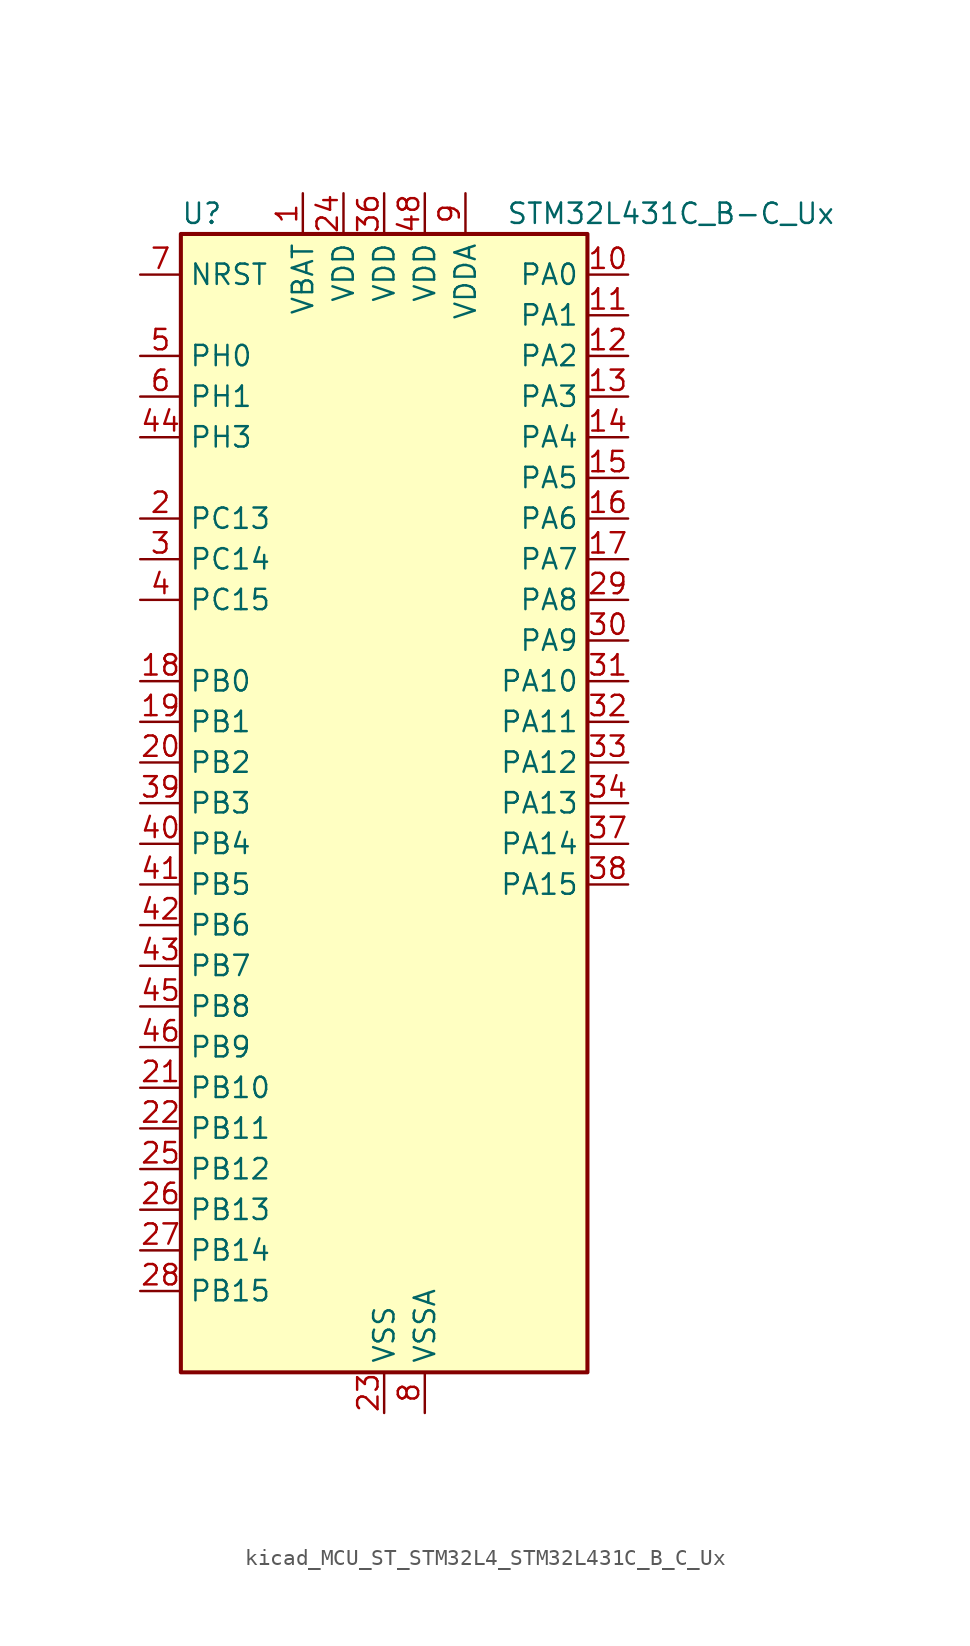
<source format=kicad_sym>
(kicad_symbol_lib
  (version 20220914)
  (generator kicad_symbol_editor)
  (symbol "kicad_MCU_ST_STM32L4_STM32L431C_B_C_Ux"
    (property "Reference" "U"
      (at -12.7 36.83 0)
      (effects (font (size 1.27 1.27)) (justify left)))
    (property "Value" "STM32L431C_B-C_Ux"
      (at 7.62 36.83 0)
      (effects (font (size 1.27 1.27)) (justify left)))
    (property "ki_locked" ""
      (at 0 0 0)
      (effects (font (size 1.27 1.27))))
    (symbol "kicad_MCU_ST_STM32L4_STM32L431C_B_C_Ux_0_1"
      (rectangle (start -12.7 -35.56) (end 12.7 35.56) (stroke (width 0.254) (type default)) (fill (type background))))
    (symbol "kicad_MCU_ST_STM32L4_STM32L431C_B_C_Ux_1_1"
      (pin power_in line (at -5.08 38.1 270) (length 2.54) (name "VBAT" (effects (font (size 1.27 1.27)))) (number "1" (effects (font (size 1.27 1.27)))))
      (pin bidirectional line (at 15.24 33.02 180) (length 2.54) (name "PA0" (effects (font (size 1.27 1.27)))) (number "10" (effects (font (size 1.27 1.27)))) (alternate "ADC1_IN5" bidirectional line) (alternate "COMP1_INM" bidirectional line) (alternate "COMP1_OUT" bidirectional line) (alternate "OPAMP1_VINP" bidirectional line) (alternate "RTC_TAMP2" bidirectional line) (alternate "SAI1_EXTCLK" bidirectional line) (alternate "SYS_WKUP1" bidirectional line) (alternate "TIM2_CH1" bidirectional line) (alternate "TIM2_ETR" bidirectional line) (alternate "USART2_CTS" bidirectional line))
      (pin bidirectional line (at 15.24 30.48 180) (length 2.54) (name "PA1" (effects (font (size 1.27 1.27)))) (number "11" (effects (font (size 1.27 1.27)))) (alternate "ADC1_IN6" bidirectional line) (alternate "COMP1_INP" bidirectional line) (alternate "I2C1_SMBA" bidirectional line) (alternate "OPAMP1_VINM" bidirectional line) (alternate "SPI1_SCK" bidirectional line) (alternate "TIM15_CH1N" bidirectional line) (alternate "TIM2_CH2" bidirectional line) (alternate "USART2_DE" bidirectional line) (alternate "USART2_RTS" bidirectional line))
      (pin bidirectional line (at 15.24 27.94 180) (length 2.54) (name "PA2" (effects (font (size 1.27 1.27)))) (number "12" (effects (font (size 1.27 1.27)))) (alternate "ADC1_IN7" bidirectional line) (alternate "COMP2_INM" bidirectional line) (alternate "COMP2_OUT" bidirectional line) (alternate "LPUART1_TX" bidirectional line) (alternate "QUADSPI_BK1_NCS" bidirectional line) (alternate "RCC_LSCO" bidirectional line) (alternate "SYS_WKUP4" bidirectional line) (alternate "TIM15_CH1" bidirectional line) (alternate "TIM2_CH3" bidirectional line) (alternate "USART2_TX" bidirectional line))
      (pin bidirectional line (at 15.24 25.4 180) (length 2.54) (name "PA3" (effects (font (size 1.27 1.27)))) (number "13" (effects (font (size 1.27 1.27)))) (alternate "ADC1_IN8" bidirectional line) (alternate "COMP2_INP" bidirectional line) (alternate "LPUART1_RX" bidirectional line) (alternate "OPAMP1_VOUT" bidirectional line) (alternate "QUADSPI_CLK" bidirectional line) (alternate "SAI1_MCLK_A" bidirectional line) (alternate "TIM15_CH2" bidirectional line) (alternate "TIM2_CH4" bidirectional line) (alternate "USART2_RX" bidirectional line))
      (pin bidirectional line (at 15.24 22.86 180) (length 2.54) (name "PA4" (effects (font (size 1.27 1.27)))) (number "14" (effects (font (size 1.27 1.27)))) (alternate "ADC1_IN9" bidirectional line) (alternate "COMP1_INM" bidirectional line) (alternate "COMP2_INM" bidirectional line) (alternate "DAC1_OUT1" bidirectional line) (alternate "LPTIM2_OUT" bidirectional line) (alternate "SAI1_FS_B" bidirectional line) (alternate "SPI1_NSS" bidirectional line) (alternate "SPI3_NSS" bidirectional line) (alternate "USART2_CK" bidirectional line))
      (pin bidirectional line (at 15.24 20.32 180) (length 2.54) (name "PA5" (effects (font (size 1.27 1.27)))) (number "15" (effects (font (size 1.27 1.27)))) (alternate "ADC1_IN10" bidirectional line) (alternate "COMP1_INM" bidirectional line) (alternate "COMP2_INM" bidirectional line) (alternate "DAC1_OUT2" bidirectional line) (alternate "LPTIM2_ETR" bidirectional line) (alternate "SPI1_SCK" bidirectional line) (alternate "TIM2_CH1" bidirectional line) (alternate "TIM2_ETR" bidirectional line))
      (pin bidirectional line (at 15.24 17.78 180) (length 2.54) (name "PA6" (effects (font (size 1.27 1.27)))) (number "16" (effects (font (size 1.27 1.27)))) (alternate "ADC1_IN11" bidirectional line) (alternate "COMP1_OUT" bidirectional line) (alternate "LPUART1_CTS" bidirectional line) (alternate "QUADSPI_BK1_IO3" bidirectional line) (alternate "SPI1_MISO" bidirectional line) (alternate "TIM16_CH1" bidirectional line) (alternate "TIM1_BKIN" bidirectional line) (alternate "TIM1_BKIN_COMP2" bidirectional line) (alternate "USART3_CTS" bidirectional line))
      (pin bidirectional line (at 15.24 15.24 180) (length 2.54) (name "PA7" (effects (font (size 1.27 1.27)))) (number "17" (effects (font (size 1.27 1.27)))) (alternate "ADC1_IN12" bidirectional line) (alternate "COMP2_OUT" bidirectional line) (alternate "I2C3_SCL" bidirectional line) (alternate "QUADSPI_BK1_IO2" bidirectional line) (alternate "SPI1_MOSI" bidirectional line) (alternate "TIM1_CH1N" bidirectional line))
      (pin bidirectional line (at -15.24 7.62 0) (length 2.54) (name "PB0" (effects (font (size 1.27 1.27)))) (number "18" (effects (font (size 1.27 1.27)))) (alternate "ADC1_IN15" bidirectional line) (alternate "COMP1_OUT" bidirectional line) (alternate "QUADSPI_BK1_IO1" bidirectional line) (alternate "SAI1_EXTCLK" bidirectional line) (alternate "SPI1_NSS" bidirectional line) (alternate "TIM1_CH2N" bidirectional line) (alternate "USART3_CK" bidirectional line))
      (pin bidirectional line (at -15.24 5.08 0) (length 2.54) (name "PB1" (effects (font (size 1.27 1.27)))) (number "19" (effects (font (size 1.27 1.27)))) (alternate "ADC1_IN16" bidirectional line) (alternate "COMP1_INM" bidirectional line) (alternate "LPTIM2_IN1" bidirectional line) (alternate "LPUART1_DE" bidirectional line) (alternate "LPUART1_RTS" bidirectional line) (alternate "QUADSPI_BK1_IO0" bidirectional line) (alternate "TIM1_CH3N" bidirectional line) (alternate "USART3_DE" bidirectional line) (alternate "USART3_RTS" bidirectional line))
      (pin bidirectional line (at -15.24 17.78 0) (length 2.54) (name "PC13" (effects (font (size 1.27 1.27)))) (number "2" (effects (font (size 1.27 1.27)))) (alternate "RTC_OUT_ALARM" bidirectional line) (alternate "RTC_OUT_CALIB" bidirectional line) (alternate "RTC_TAMP1" bidirectional line) (alternate "RTC_TS" bidirectional line) (alternate "SYS_WKUP2" bidirectional line))
      (pin bidirectional line (at -15.24 2.54 0) (length 2.54) (name "PB2" (effects (font (size 1.27 1.27)))) (number "20" (effects (font (size 1.27 1.27)))) (alternate "COMP1_INP" bidirectional line) (alternate "I2C3_SMBA" bidirectional line) (alternate "LPTIM1_OUT" bidirectional line) (alternate "RTC_OUT_ALARM" bidirectional line) (alternate "RTC_OUT_CALIB" bidirectional line))
      (pin bidirectional line (at -15.24 -17.78 0) (length 2.54) (name "PB10" (effects (font (size 1.27 1.27)))) (number "21" (effects (font (size 1.27 1.27)))) (alternate "COMP1_OUT" bidirectional line) (alternate "I2C2_SCL" bidirectional line) (alternate "LPUART1_RX" bidirectional line) (alternate "QUADSPI_CLK" bidirectional line) (alternate "SAI1_SCK_A" bidirectional line) (alternate "SPI2_SCK" bidirectional line) (alternate "TIM2_CH3" bidirectional line) (alternate "TSC_SYNC" bidirectional line) (alternate "USART3_TX" bidirectional line))
      (pin bidirectional line (at -15.24 -20.32 0) (length 2.54) (name "PB11" (effects (font (size 1.27 1.27)))) (number "22" (effects (font (size 1.27 1.27)))) (alternate "ADC1_EXTI11" bidirectional line) (alternate "COMP2_OUT" bidirectional line) (alternate "I2C2_SDA" bidirectional line) (alternate "LPUART1_TX" bidirectional line) (alternate "QUADSPI_BK1_NCS" bidirectional line) (alternate "TIM2_CH4" bidirectional line) (alternate "USART3_RX" bidirectional line))
      (pin power_in line (at 0 -38.1 90) (length 2.54) (name "VSS" (effects (font (size 1.27 1.27)))) (number "23" (effects (font (size 1.27 1.27)))))
      (pin power_in line (at -2.54 38.1 270) (length 2.54) (name "VDD" (effects (font (size 1.27 1.27)))) (number "24" (effects (font (size 1.27 1.27)))))
      (pin bidirectional line (at -15.24 -22.86 0) (length 2.54) (name "PB12" (effects (font (size 1.27 1.27)))) (number "25" (effects (font (size 1.27 1.27)))) (alternate "I2C2_SMBA" bidirectional line) (alternate "LPUART1_DE" bidirectional line) (alternate "LPUART1_RTS" bidirectional line) (alternate "SAI1_FS_A" bidirectional line) (alternate "SPI2_NSS" bidirectional line) (alternate "SWPMI1_IO" bidirectional line) (alternate "TIM15_BKIN" bidirectional line) (alternate "TIM1_BKIN" bidirectional line) (alternate "TIM1_BKIN_COMP2" bidirectional line) (alternate "TSC_G1_IO1" bidirectional line) (alternate "USART3_CK" bidirectional line))
      (pin bidirectional line (at -15.24 -25.4 0) (length 2.54) (name "PB13" (effects (font (size 1.27 1.27)))) (number "26" (effects (font (size 1.27 1.27)))) (alternate "I2C2_SCL" bidirectional line) (alternate "LPUART1_CTS" bidirectional line) (alternate "SAI1_SCK_A" bidirectional line) (alternate "SPI2_SCK" bidirectional line) (alternate "SWPMI1_TX" bidirectional line) (alternate "TIM15_CH1N" bidirectional line) (alternate "TIM1_CH1N" bidirectional line) (alternate "TSC_G1_IO2" bidirectional line) (alternate "USART3_CTS" bidirectional line))
      (pin bidirectional line (at -15.24 -27.94 0) (length 2.54) (name "PB14" (effects (font (size 1.27 1.27)))) (number "27" (effects (font (size 1.27 1.27)))) (alternate "I2C2_SDA" bidirectional line) (alternate "SAI1_MCLK_A" bidirectional line) (alternate "SPI2_MISO" bidirectional line) (alternate "SWPMI1_RX" bidirectional line) (alternate "TIM15_CH1" bidirectional line) (alternate "TIM1_CH2N" bidirectional line) (alternate "TSC_G1_IO3" bidirectional line) (alternate "USART3_DE" bidirectional line) (alternate "USART3_RTS" bidirectional line))
      (pin bidirectional line (at -15.24 -30.48 0) (length 2.54) (name "PB15" (effects (font (size 1.27 1.27)))) (number "28" (effects (font (size 1.27 1.27)))) (alternate "ADC1_EXTI15" bidirectional line) (alternate "RTC_REFIN" bidirectional line) (alternate "SAI1_SD_A" bidirectional line) (alternate "SPI2_MOSI" bidirectional line) (alternate "SWPMI1_SUSPEND" bidirectional line) (alternate "TIM15_CH2" bidirectional line) (alternate "TIM1_CH3N" bidirectional line) (alternate "TSC_G1_IO4" bidirectional line))
      (pin bidirectional line (at 15.24 12.7 180) (length 2.54) (name "PA8" (effects (font (size 1.27 1.27)))) (number "29" (effects (font (size 1.27 1.27)))) (alternate "LPTIM2_OUT" bidirectional line) (alternate "RCC_MCO" bidirectional line) (alternate "SAI1_SCK_A" bidirectional line) (alternate "SWPMI1_IO" bidirectional line) (alternate "TIM1_CH1" bidirectional line) (alternate "USART1_CK" bidirectional line))
      (pin bidirectional line (at -15.24 15.24 0) (length 2.54) (name "PC14" (effects (font (size 1.27 1.27)))) (number "3" (effects (font (size 1.27 1.27)))) (alternate "RCC_OSC32_IN" bidirectional line))
      (pin bidirectional line (at 15.24 10.16 180) (length 2.54) (name "PA9" (effects (font (size 1.27 1.27)))) (number "30" (effects (font (size 1.27 1.27)))) (alternate "DAC1_EXTI9" bidirectional line) (alternate "I2C1_SCL" bidirectional line) (alternate "SAI1_FS_A" bidirectional line) (alternate "TIM15_BKIN" bidirectional line) (alternate "TIM1_CH2" bidirectional line) (alternate "USART1_TX" bidirectional line))
      (pin bidirectional line (at 15.24 7.62 180) (length 2.54) (name "PA10" (effects (font (size 1.27 1.27)))) (number "31" (effects (font (size 1.27 1.27)))) (alternate "I2C1_SDA" bidirectional line) (alternate "SAI1_SD_A" bidirectional line) (alternate "TIM1_CH3" bidirectional line) (alternate "USART1_RX" bidirectional line))
      (pin bidirectional line (at 15.24 5.08 180) (length 2.54) (name "PA11" (effects (font (size 1.27 1.27)))) (number "32" (effects (font (size 1.27 1.27)))) (alternate "ADC1_EXTI11" bidirectional line) (alternate "CAN1_RX" bidirectional line) (alternate "COMP1_OUT" bidirectional line) (alternate "SPI1_MISO" bidirectional line) (alternate "TIM1_BKIN2" bidirectional line) (alternate "TIM1_BKIN2_COMP1" bidirectional line) (alternate "TIM1_CH4" bidirectional line) (alternate "USART1_CTS" bidirectional line))
      (pin bidirectional line (at 15.24 2.54 180) (length 2.54) (name "PA12" (effects (font (size 1.27 1.27)))) (number "33" (effects (font (size 1.27 1.27)))) (alternate "CAN1_TX" bidirectional line) (alternate "SPI1_MOSI" bidirectional line) (alternate "TIM1_ETR" bidirectional line) (alternate "USART1_DE" bidirectional line) (alternate "USART1_RTS" bidirectional line))
      (pin bidirectional line (at 15.24 0 180) (length 2.54) (name "PA13" (effects (font (size 1.27 1.27)))) (number "34" (effects (font (size 1.27 1.27)))) (alternate "IR_OUT" bidirectional line) (alternate "SAI1_SD_B" bidirectional line) (alternate "SWPMI1_TX" bidirectional line) (alternate "SYS_JTMS-SWDIO" bidirectional line))
      (pin passive line (at 0 -38.1 90) (length 2.54) hide (name "VSS" (effects (font (size 1.27 1.27)))) (number "35" (effects (font (size 1.27 1.27)))))
      (pin power_in line (at 0 38.1 270) (length 2.54) (name "VDD" (effects (font (size 1.27 1.27)))) (number "36" (effects (font (size 1.27 1.27)))))
      (pin bidirectional line (at 15.24 -2.54 180) (length 2.54) (name "PA14" (effects (font (size 1.27 1.27)))) (number "37" (effects (font (size 1.27 1.27)))) (alternate "I2C1_SMBA" bidirectional line) (alternate "LPTIM1_OUT" bidirectional line) (alternate "SAI1_FS_B" bidirectional line) (alternate "SWPMI1_RX" bidirectional line) (alternate "SYS_JTCK-SWCLK" bidirectional line))
      (pin bidirectional line (at 15.24 -5.08 180) (length 2.54) (name "PA15" (effects (font (size 1.27 1.27)))) (number "38" (effects (font (size 1.27 1.27)))) (alternate "ADC1_EXTI15" bidirectional line) (alternate "SPI1_NSS" bidirectional line) (alternate "SPI3_NSS" bidirectional line) (alternate "SWPMI1_SUSPEND" bidirectional line) (alternate "SYS_JTDI" bidirectional line) (alternate "TIM2_CH1" bidirectional line) (alternate "TIM2_ETR" bidirectional line) (alternate "USART2_RX" bidirectional line) (alternate "USART3_DE" bidirectional line) (alternate "USART3_RTS" bidirectional line))
      (pin bidirectional line (at -15.24 0 0) (length 2.54) (name "PB3" (effects (font (size 1.27 1.27)))) (number "39" (effects (font (size 1.27 1.27)))) (alternate "COMP2_INM" bidirectional line) (alternate "SAI1_SCK_B" bidirectional line) (alternate "SPI1_SCK" bidirectional line) (alternate "SPI3_SCK" bidirectional line) (alternate "SYS_JTDO-SWO" bidirectional line) (alternate "TIM2_CH2" bidirectional line) (alternate "USART1_DE" bidirectional line) (alternate "USART1_RTS" bidirectional line))
      (pin bidirectional line (at -15.24 12.7 0) (length 2.54) (name "PC15" (effects (font (size 1.27 1.27)))) (number "4" (effects (font (size 1.27 1.27)))) (alternate "ADC1_EXTI15" bidirectional line) (alternate "RCC_OSC32_OUT" bidirectional line))
      (pin bidirectional line (at -15.24 -2.54 0) (length 2.54) (name "PB4" (effects (font (size 1.27 1.27)))) (number "40" (effects (font (size 1.27 1.27)))) (alternate "COMP2_INP" bidirectional line) (alternate "I2C3_SDA" bidirectional line) (alternate "SAI1_MCLK_B" bidirectional line) (alternate "SPI1_MISO" bidirectional line) (alternate "SPI3_MISO" bidirectional line) (alternate "SYS_JTRST" bidirectional line) (alternate "TSC_G2_IO1" bidirectional line) (alternate "USART1_CTS" bidirectional line))
      (pin bidirectional line (at -15.24 -5.08 0) (length 2.54) (name "PB5" (effects (font (size 1.27 1.27)))) (number "41" (effects (font (size 1.27 1.27)))) (alternate "COMP2_OUT" bidirectional line) (alternate "I2C1_SMBA" bidirectional line) (alternate "LPTIM1_IN1" bidirectional line) (alternate "SAI1_SD_B" bidirectional line) (alternate "SPI1_MOSI" bidirectional line) (alternate "SPI3_MOSI" bidirectional line) (alternate "TIM16_BKIN" bidirectional line) (alternate "TSC_G2_IO2" bidirectional line) (alternate "USART1_CK" bidirectional line))
      (pin bidirectional line (at -15.24 -7.62 0) (length 2.54) (name "PB6" (effects (font (size 1.27 1.27)))) (number "42" (effects (font (size 1.27 1.27)))) (alternate "COMP2_INP" bidirectional line) (alternate "I2C1_SCL" bidirectional line) (alternate "LPTIM1_ETR" bidirectional line) (alternate "SAI1_FS_B" bidirectional line) (alternate "TIM16_CH1N" bidirectional line) (alternate "TSC_G2_IO3" bidirectional line) (alternate "USART1_TX" bidirectional line))
      (pin bidirectional line (at -15.24 -10.16 0) (length 2.54) (name "PB7" (effects (font (size 1.27 1.27)))) (number "43" (effects (font (size 1.27 1.27)))) (alternate "COMP2_INM" bidirectional line) (alternate "I2C1_SDA" bidirectional line) (alternate "LPTIM1_IN2" bidirectional line) (alternate "SYS_PVD_IN" bidirectional line) (alternate "TSC_G2_IO4" bidirectional line) (alternate "USART1_RX" bidirectional line))
      (pin bidirectional line (at -15.24 22.86 0) (length 2.54) (name "PH3" (effects (font (size 1.27 1.27)))) (number "44" (effects (font (size 1.27 1.27)))))
      (pin bidirectional line (at -15.24 -12.7 0) (length 2.54) (name "PB8" (effects (font (size 1.27 1.27)))) (number "45" (effects (font (size 1.27 1.27)))) (alternate "CAN1_RX" bidirectional line) (alternate "I2C1_SCL" bidirectional line) (alternate "SAI1_MCLK_A" bidirectional line) (alternate "TIM16_CH1" bidirectional line))
      (pin bidirectional line (at -15.24 -15.24 0) (length 2.54) (name "PB9" (effects (font (size 1.27 1.27)))) (number "46" (effects (font (size 1.27 1.27)))) (alternate "CAN1_TX" bidirectional line) (alternate "DAC1_EXTI9" bidirectional line) (alternate "I2C1_SDA" bidirectional line) (alternate "IR_OUT" bidirectional line) (alternate "SAI1_FS_A" bidirectional line) (alternate "SPI2_NSS" bidirectional line))
      (pin passive line (at 0 -38.1 90) (length 2.54) hide (name "VSS" (effects (font (size 1.27 1.27)))) (number "47" (effects (font (size 1.27 1.27)))))
      (pin power_in line (at 2.54 38.1 270) (length 2.54) (name "VDD" (effects (font (size 1.27 1.27)))) (number "48" (effects (font (size 1.27 1.27)))))
      (pin passive line (at 0 -38.1 90) (length 2.54) hide (name "VSS" (effects (font (size 1.27 1.27)))) (number "49" (effects (font (size 1.27 1.27)))))
      (pin bidirectional line (at -15.24 27.94 0) (length 2.54) (name "PH0" (effects (font (size 1.27 1.27)))) (number "5" (effects (font (size 1.27 1.27)))) (alternate "RCC_OSC_IN" bidirectional line))
      (pin bidirectional line (at -15.24 25.4 0) (length 2.54) (name "PH1" (effects (font (size 1.27 1.27)))) (number "6" (effects (font (size 1.27 1.27)))) (alternate "RCC_OSC_OUT" bidirectional line))
      (pin input line (at -15.24 33.02 0) (length 2.54) (name "NRST" (effects (font (size 1.27 1.27)))) (number "7" (effects (font (size 1.27 1.27)))))
      (pin power_in line (at 2.54 -38.1 90) (length 2.54) (name "VSSA" (effects (font (size 1.27 1.27)))) (number "8" (effects (font (size 1.27 1.27)))))
      (pin power_in line (at 5.08 38.1 270) (length 2.54) (name "VDDA" (effects (font (size 1.27 1.27)))) (number "9" (effects (font (size 1.27 1.27))))))))
</source>
